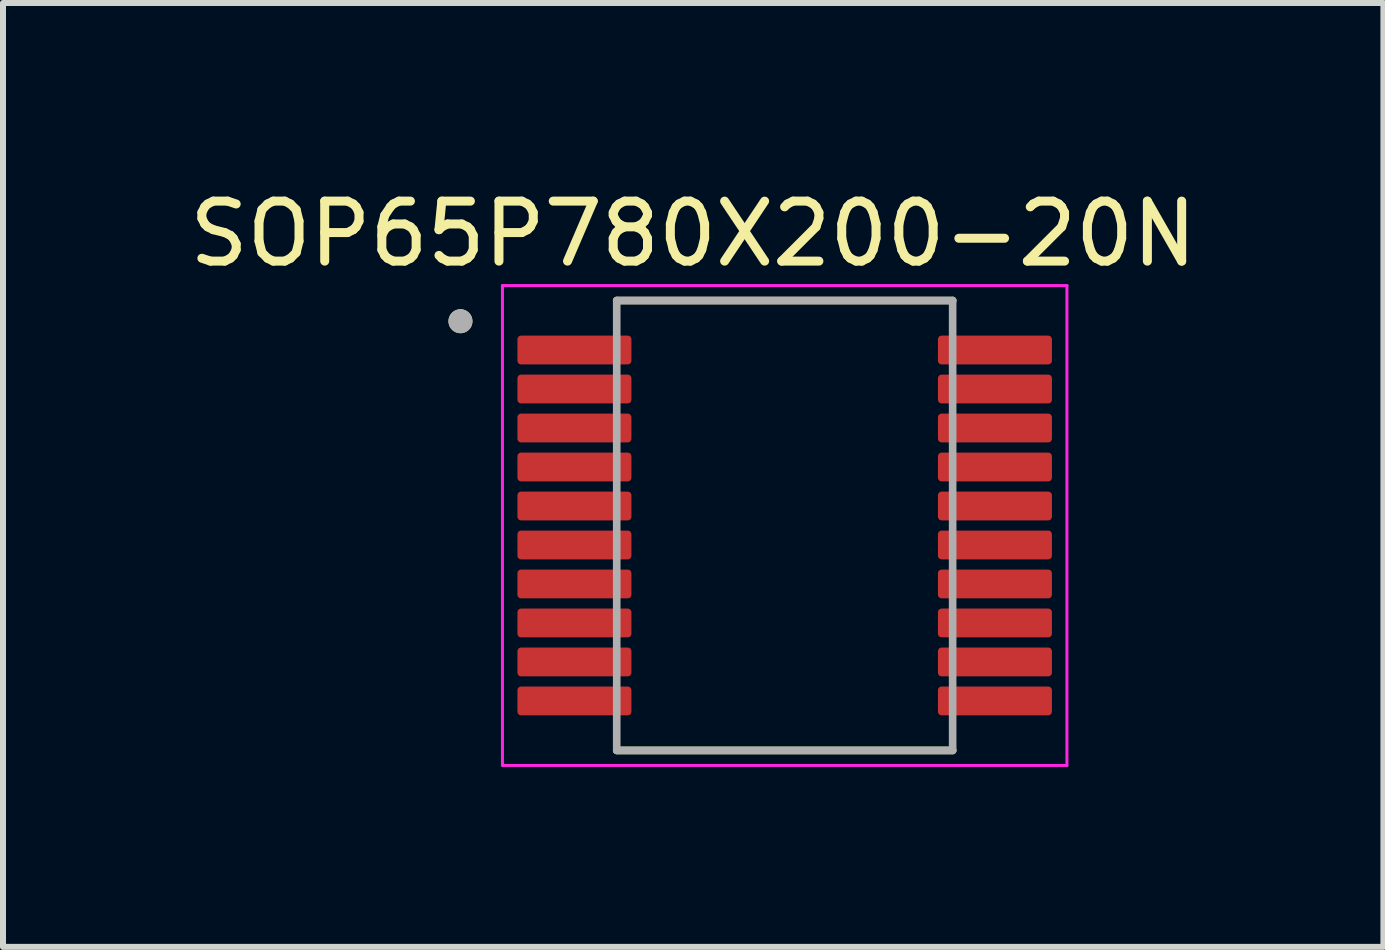
<source format=kicad_pcb>
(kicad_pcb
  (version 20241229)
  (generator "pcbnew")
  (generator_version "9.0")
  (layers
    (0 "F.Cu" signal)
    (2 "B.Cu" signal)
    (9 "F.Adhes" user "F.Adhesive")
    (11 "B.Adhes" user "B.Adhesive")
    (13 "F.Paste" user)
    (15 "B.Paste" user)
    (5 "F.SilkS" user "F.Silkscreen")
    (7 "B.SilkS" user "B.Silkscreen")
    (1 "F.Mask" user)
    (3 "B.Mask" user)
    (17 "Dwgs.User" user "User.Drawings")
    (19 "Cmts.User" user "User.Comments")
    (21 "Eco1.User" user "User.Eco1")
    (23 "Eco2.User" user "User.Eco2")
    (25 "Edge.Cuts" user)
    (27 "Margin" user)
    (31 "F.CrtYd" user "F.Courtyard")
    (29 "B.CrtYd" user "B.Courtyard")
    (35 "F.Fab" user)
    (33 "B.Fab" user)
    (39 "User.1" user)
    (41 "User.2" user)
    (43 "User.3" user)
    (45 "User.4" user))
  (footprint "SOP65P780X200-20N"
    (layer "F.Cu")
    (at 10.031 5.71)
    (property "Reference" "SOP65P780X200-20N" (at -1.525 -4.862 0) (layer "F.SilkS") (effects (font (size 1 1) (thickness 0.15))))
    (attr smd)
    (fp_line (start -2.8 -3.75) (end 2.8 -3.75) (stroke (width 0.127) (type solid)) (layer "F.SilkS"))
    (fp_line (start -2.8 3.75) (end 2.8 3.75) (stroke (width 0.127) (type solid)) (layer "F.SilkS"))
    (fp_circle (center -5.405 -3.405) (end -5.305 -3.405) (stroke (width 0.2) (type solid)) (fill no) (layer "F.SilkS"))
    (fp_line (start -4.705 -4) (end -4.705 4) (stroke (width 0.05) (type solid)) (layer "F.CrtYd"))
    (fp_line (start -4.705 -4) (end 4.705 -4) (stroke (width 0.05) (type solid)) (layer "F.CrtYd"))
    (fp_line (start -4.705 4) (end 4.705 4) (stroke (width 0.05) (type solid)) (layer "F.CrtYd"))
    (fp_line (start 4.705 -4) (end 4.705 4) (stroke (width 0.05) (type solid)) (layer "F.CrtYd"))
    (fp_line (start -2.8 -3.75) (end -2.8 3.75) (stroke (width 0.127) (type solid)) (layer "F.Fab"))
    (fp_line (start -2.8 -3.75) (end 2.8 -3.75) (stroke (width 0.127) (type solid)) (layer "F.Fab"))
    (fp_line (start -2.8 3.75) (end 2.8 3.75) (stroke (width 0.127) (type solid)) (layer "F.Fab"))
    (fp_line (start 2.8 -3.75) (end 2.8 3.75) (stroke (width 0.127) (type solid)) (layer "F.Fab"))
    (fp_circle (center -5.405 -3.405) (end -5.305 -3.405) (stroke (width 0.2) (type solid)) (fill no) (layer "F.Fab"))
    (pad "1" smd roundrect (at -3.505 -2.925) (size 1.9 0.48) (layers "F.Cu" "F.Mask" "F.Paste") (roundrect_rratio 0.125))
    (pad "2" smd roundrect (at -3.505 -2.275) (size 1.9 0.48) (layers "F.Cu" "F.Mask" "F.Paste") (roundrect_rratio 0.125))
    (pad "3" smd roundrect (at -3.505 -1.625) (size 1.9 0.48) (layers "F.Cu" "F.Mask" "F.Paste") (roundrect_rratio 0.125))
    (pad "4" smd roundrect (at -3.505 -0.975) (size 1.9 0.48) (layers "F.Cu" "F.Mask" "F.Paste") (roundrect_rratio 0.125))
    (pad "5" smd roundrect (at -3.505 -0.325) (size 1.9 0.48) (layers "F.Cu" "F.Mask" "F.Paste") (roundrect_rratio 0.125))
    (pad "6" smd roundrect (at -3.505 0.325) (size 1.9 0.48) (layers "F.Cu" "F.Mask" "F.Paste") (roundrect_rratio 0.125))
    (pad "7" smd roundrect (at -3.505 0.975) (size 1.9 0.48) (layers "F.Cu" "F.Mask" "F.Paste") (roundrect_rratio 0.125))
    (pad "8" smd roundrect (at -3.505 1.625) (size 1.9 0.48) (layers "F.Cu" "F.Mask" "F.Paste") (roundrect_rratio 0.125))
    (pad "9" smd roundrect (at -3.505 2.275) (size 1.9 0.48) (layers "F.Cu" "F.Mask" "F.Paste") (roundrect_rratio 0.125))
    (pad "10" smd roundrect (at -3.505 2.925) (size 1.9 0.48) (layers "F.Cu" "F.Mask" "F.Paste") (roundrect_rratio 0.125))
    (pad "11" smd roundrect (at 3.505 2.925) (size 1.9 0.48) (layers "F.Cu" "F.Mask" "F.Paste") (roundrect_rratio 0.125))
    (pad "12" smd roundrect (at 3.505 2.275) (size 1.9 0.48) (layers "F.Cu" "F.Mask" "F.Paste") (roundrect_rratio 0.125))
    (pad "13" smd roundrect (at 3.505 1.625) (size 1.9 0.48) (layers "F.Cu" "F.Mask" "F.Paste") (roundrect_rratio 0.125))
    (pad "14" smd roundrect (at 3.505 0.975) (size 1.9 0.48) (layers "F.Cu" "F.Mask" "F.Paste") (roundrect_rratio 0.125))
    (pad "15" smd roundrect (at 3.505 0.325) (size 1.9 0.48) (layers "F.Cu" "F.Mask" "F.Paste") (roundrect_rratio 0.125))
    (pad "16" smd roundrect (at 3.505 -0.325) (size 1.9 0.48) (layers "F.Cu" "F.Mask" "F.Paste") (roundrect_rratio 0.125))
    (pad "17" smd roundrect (at 3.505 -0.975) (size 1.9 0.48) (layers "F.Cu" "F.Mask" "F.Paste") (roundrect_rratio 0.125))
    (pad "18" smd roundrect (at 3.505 -1.625) (size 1.9 0.48) (layers "F.Cu" "F.Mask" "F.Paste") (roundrect_rratio 0.125))
    (pad "19" smd roundrect (at 3.505 -2.275) (size 1.9 0.48) (layers "F.Cu" "F.Mask" "F.Paste") (roundrect_rratio 0.125))
    (pad "20" smd roundrect (at 3.505 -2.925) (size 1.9 0.48) (layers "F.Cu" "F.Mask" "F.Paste") (roundrect_rratio 0.125)))
  (gr_rect
    (start -3 -3)
    (end 20.012 12.735)
    (stroke (width 0.1) (type default))
    (fill no)
    (layer "Edge.Cuts")))
</source>
